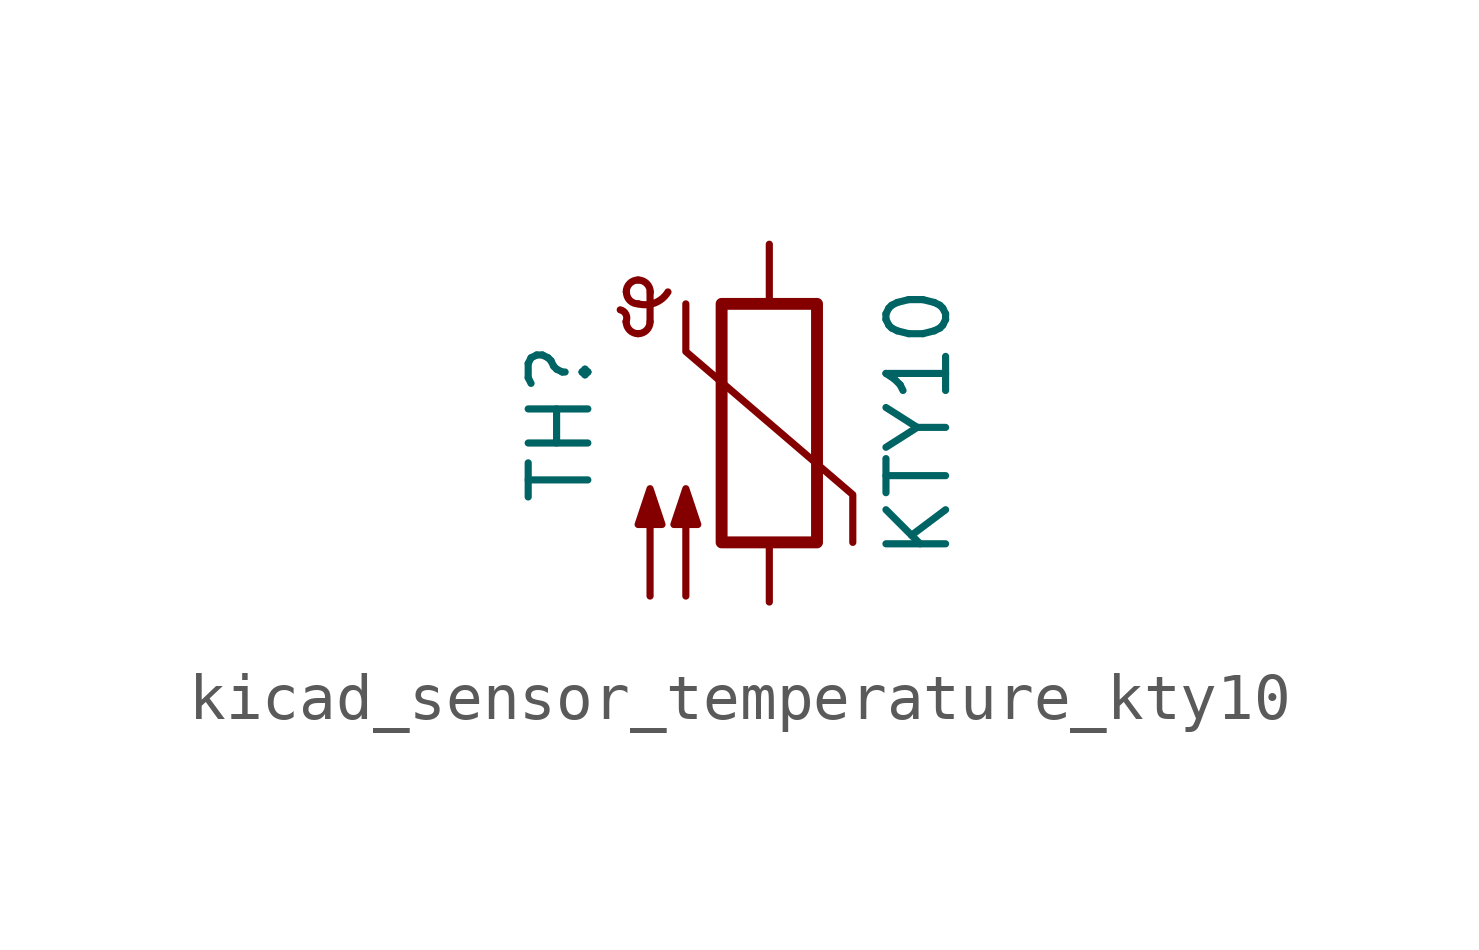
<source format=kicad_sym>
(kicad_symbol_lib
  (version 20220914)
  (generator kicad_symbol_editor)
  (symbol "kicad_sensor_temperature_kty10"
    (pin_numbers hide)
    (pin_names
      (offset 0))
    (property "Reference" "TH"
      (at -4.445 0 90)
      (effects (font (size 1.27 1.27))))
    (property "Value" "KTY10"
      (at 3.175 0 90)
      (effects (font (size 1.27 1.27))))
    (symbol "kicad_sensor_temperature_kty10_0_1"
      (arc (start -3.048 2.159) (mid -3.0495 2.3143) (end -3.175 2.413) (stroke (width 0) (type default)) (fill (type none)))
      (arc (start -3.048 2.159) (mid -2.9736 1.9794) (end -2.794 1.905) (stroke (width 0) (type default)) (fill (type none)))
      (arc (start -3.048 2.794) (mid -2.9736 2.6144) (end -2.794 2.54) (stroke (width 0) (type default)) (fill (type none)))
      (arc (start -2.794 1.905) (mid -2.6144 1.9794) (end -2.54 2.159) (stroke (width 0) (type default)) (fill (type none)))
      (arc (start -2.794 2.54) (mid -2.4393 2.5587) (end -2.159 2.794) (stroke (width 0) (type default)) (fill (type none)))
      (arc (start -2.794 3.048) (mid -2.9736 2.9736) (end -3.048 2.794) (stroke (width 0) (type default)) (fill (type none)))
      (arc (start -2.54 2.794) (mid -2.6144 2.9736) (end -2.794 3.048) (stroke (width 0) (type default)) (fill (type none)))
      (rectangle (start -1.016 2.54) (end 1.016 -2.54) (stroke (width 0.254) (type default)) (fill (type none)))
      (polyline (pts (xy -2.54 2.159) (xy -2.54 2.794)) (stroke (width 0) (type default)) (fill (type none)))
      (polyline (pts (xy -1.778 2.54) (xy -1.778 1.524) (xy 1.778 -1.524) (xy 1.778 -2.54)) (stroke (width 0) (type default)) (fill (type none)))
      (polyline (pts (xy -2.54 -3.683) (xy -2.54 -1.397) (xy -2.794 -2.159) (xy -2.286 -2.159) (xy -2.54 -1.397) (xy -2.54 -1.651)) (stroke (width 0) (type default)) (fill (type outline)))
      (polyline (pts (xy -1.778 -3.683) (xy -1.778 -1.397) (xy -2.032 -2.159) (xy -1.524 -2.159) (xy -1.778 -1.397) (xy -1.778 -1.651)) (stroke (width 0) (type default)) (fill (type outline))))
    (symbol "kicad_sensor_temperature_kty10_1_1"
      (pin passive line (at 0 3.81 270) (length 1.27) (name "~" (effects (font (size 1.27 1.27)))) (number "1" (effects (font (size 1.27 1.27)))))
      (pin passive line (at 0 -3.81 90) (length 1.27) (name "~" (effects (font (size 1.27 1.27)))) (number "2" (effects (font (size 1.27 1.27))))))))
</source>
